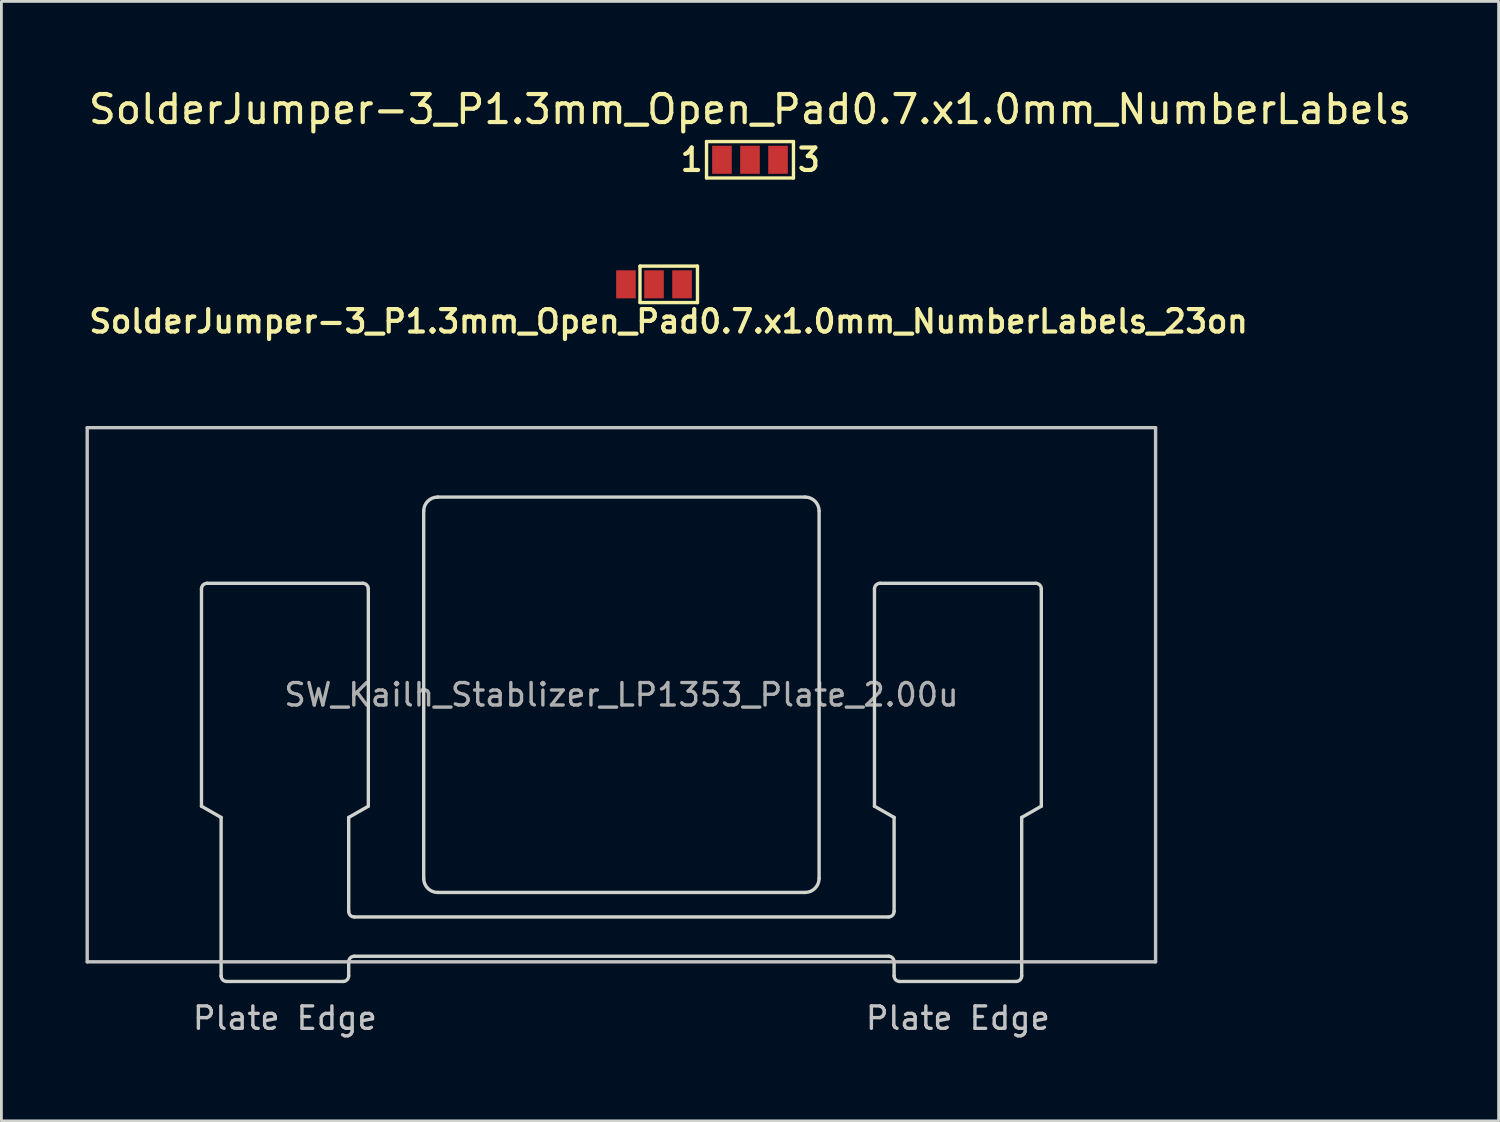
<source format=kicad_pcb>
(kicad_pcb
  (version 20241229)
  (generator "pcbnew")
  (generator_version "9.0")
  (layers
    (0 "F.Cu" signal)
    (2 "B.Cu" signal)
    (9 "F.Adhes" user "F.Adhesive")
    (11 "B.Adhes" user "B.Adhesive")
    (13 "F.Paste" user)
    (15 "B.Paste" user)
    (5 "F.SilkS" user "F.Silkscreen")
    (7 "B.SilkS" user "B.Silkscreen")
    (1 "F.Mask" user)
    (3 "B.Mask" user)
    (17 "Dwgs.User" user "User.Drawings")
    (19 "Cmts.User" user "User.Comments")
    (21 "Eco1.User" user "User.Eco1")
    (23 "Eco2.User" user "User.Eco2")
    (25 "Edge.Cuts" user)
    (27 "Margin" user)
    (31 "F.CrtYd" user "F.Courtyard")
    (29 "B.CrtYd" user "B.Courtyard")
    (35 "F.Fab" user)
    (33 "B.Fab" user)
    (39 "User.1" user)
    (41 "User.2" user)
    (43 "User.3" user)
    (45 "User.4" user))
  (footprint "SolderJumper-3_P1.3mm_Open_Pad0.7.x1.0mm_NumberLabels_23on"
    (layer "F.Cu")
    (at 20.273 7.09)
    (property "Reference" "SolderJumper-3_P1.3mm_Open_Pad0.7.x1.0mm_NumberLabels_23on" (at 0.52 1.32 180) (layer "F.SilkS") (effects (font (size 0.8 0.8) (thickness 0.15))))
    (attr exclude_from_pos_files)
    (fp_line (start -0.5 -0.65) (end 1.55 -0.65) (stroke (width 0.12) (type solid)) (layer "F.SilkS"))
    (fp_line (start -0.5 0.65) (end -0.5 -0.65) (stroke (width 0.12) (type solid)) (layer "F.SilkS"))
    (fp_line (start 1.55 -0.65) (end 1.55 0.65) (stroke (width 0.12) (type solid)) (layer "F.SilkS"))
    (fp_line (start 1.55 0.65) (end -0.5 0.65) (stroke (width 0.12) (type solid)) (layer "F.SilkS"))
    (pad "1" smd rect (at -1 0) (size 0.7 1) (layers "F.Cu" "F.Mask"))
    (pad "2" smd rect (at 0 0) (size 0.7 1) (layers "F.Cu" "F.Mask"))
    (pad "3" smd rect (at 1 0) (size 0.7 1) (layers "F.Cu" "F.Mask")))
  (footprint "SolderJumper-3_P1.3mm_Open_Pad0.7.x1.0mm_NumberLabels"
    (layer "F.Cu")
    (at 23.696 2.648)
    (property "Reference" "SolderJumper-3_P1.3mm_Open_Pad0.7.x1.0mm_NumberLabels" (at 0 -1.8 180) (layer "F.SilkS") (effects (font (size 1 1) (thickness 0.15))))
    (attr exclude_from_pos_files)
    (fp_line (start -1.55 -0.65) (end 1.55 -0.65) (stroke (width 0.12) (type solid)) (layer "F.SilkS"))
    (fp_line (start -1.55 0.65) (end -1.55 -0.65) (stroke (width 0.12) (type solid)) (layer "F.SilkS"))
    (fp_line (start 1.55 -0.65) (end 1.55 0.65) (stroke (width 0.12) (type solid)) (layer "F.SilkS"))
    (fp_line (start 1.55 0.65) (end -1.55 0.65) (stroke (width 0.12) (type solid)) (layer "F.SilkS"))
    (fp_text user "1" (at -2.08 0 180) (layer "F.SilkS") (effects (font (size 0.8 0.8) (thickness 0.15))))
    (fp_text user "3" (at 2.1 0 180) (layer "F.SilkS") (effects (font (size 0.8 0.8) (thickness 0.15))))
    (pad "1" smd rect (at -1 0) (size 0.7 1) (layers "F.Cu" "F.Mask"))
    (pad "2" smd rect (at 0 0) (size 0.7 1) (layers "F.Cu" "F.Mask"))
    (pad "3" smd rect (at 1 0) (size 0.7 1) (layers "F.Cu" "F.Mask")))
  (footprint "SW_Kailh_Stablizer_LP1353_Plate_2.00u"
    (layer "F.Cu")
    (at 19.11 21.726)
    (property "Reference" "SW_Kailh_Stablizer_LP1353_Plate_2.00u" (at 0 0 0) (layer "F.Fab") (effects (font (size 0.8 0.8) (thickness 0.12))))
    (attr smd)
    (fp_line (start -19.05 9.525) (end -19.05 -9.525) (stroke (width 0.12) (type default)) (layer "Dwgs.User"))
    (fp_line (start 19.05 -9.525) (end -19.05 -9.525) (stroke (width 0.12) (type default)) (layer "Dwgs.User"))
    (fp_line (start 19.05 9.525) (end -19.05 9.525) (stroke (width 0.12) (type default)) (layer "Dwgs.User"))
    (fp_line (start 19.05 9.525) (end 19.05 -9.525) (stroke (width 0.12) (type default)) (layer "Dwgs.User"))
    (fp_line (start -14.975 3.975) (end -14.975 -3.775) (stroke (width 0.12) (type default)) (layer "Edge.Cuts"))
    (fp_line (start -14.975 3.975) (end -14.275 4.375) (stroke (width 0.12) (type default)) (layer "Edge.Cuts"))
    (fp_line (start -14.775 -3.975) (end -9.225 -3.975) (stroke (width 0.12) (type default)) (layer "Edge.Cuts"))
    (fp_line (start -14.275 4.375) (end -14.275 10.025) (stroke (width 0.12) (type default)) (layer "Edge.Cuts"))
    (fp_line (start -14.075 10.225) (end -9.925 10.225) (stroke (width 0.12) (type default)) (layer "Edge.Cuts"))
    (fp_line (start -9.725 4.375) (end -9.725 7.725) (stroke (width 0.12) (type default)) (layer "Edge.Cuts"))
    (fp_line (start -9.725 10.025) (end -9.725 9.525) (stroke (width 0.12) (type default)) (layer "Edge.Cuts"))
    (fp_line (start -9.525 7.925) (end 9.525 7.925) (stroke (width 0.12) (type default)) (layer "Edge.Cuts"))
    (fp_line (start -9.525 9.325) (end 9.525 9.325) (stroke (width 0.12) (type default)) (layer "Edge.Cuts"))
    (fp_line (start -9.025 3.975) (end -9.725 4.375) (stroke (width 0.12) (type default)) (layer "Edge.Cuts"))
    (fp_line (start -9.025 3.975) (end -9.025 -3.775) (stroke (width 0.12) (type default)) (layer "Edge.Cuts"))
    (fp_line (start -7.05 -6.55) (end -7.05 6.55) (stroke (width 0.12) (type default)) (layer "Edge.Cuts"))
    (fp_line (start -6.55 -7.05) (end 6.55 -7.05) (stroke (width 0.12) (type default)) (layer "Edge.Cuts"))
    (fp_line (start -6.55 7.05) (end 6.55 7.05) (stroke (width 0.12) (type default)) (layer "Edge.Cuts"))
    (fp_line (start 7.05 -6.55) (end 7.05 6.55) (stroke (width 0.12) (type default)) (layer "Edge.Cuts"))
    (fp_line (start 9.025 3.975) (end 9.025 -3.775) (stroke (width 0.12) (type default)) (layer "Edge.Cuts"))
    (fp_line (start 9.025 3.975) (end 9.725 4.375) (stroke (width 0.12) (type default)) (layer "Edge.Cuts"))
    (fp_line (start 9.725 4.375) (end 9.725 7.725) (stroke (width 0.12) (type default)) (layer "Edge.Cuts"))
    (fp_line (start 9.725 10.025) (end 9.725 9.525) (stroke (width 0.12) (type default)) (layer "Edge.Cuts"))
    (fp_line (start 14.075 10.225) (end 9.925 10.225) (stroke (width 0.12) (type default)) (layer "Edge.Cuts"))
    (fp_line (start 14.275 4.375) (end 14.275 10.025) (stroke (width 0.12) (type default)) (layer "Edge.Cuts"))
    (fp_line (start 14.775 -3.975) (end 9.225 -3.975) (stroke (width 0.12) (type default)) (layer "Edge.Cuts"))
    (fp_line (start 14.975 3.975) (end 14.275 4.375) (stroke (width 0.12) (type default)) (layer "Edge.Cuts"))
    (fp_line (start 14.975 3.975) (end 14.975 -3.775) (stroke (width 0.12) (type default)) (layer "Edge.Cuts"))
    (fp_arc (start -14.975 -3.775) (mid -14.916421 -3.916421) (end -14.775 -3.975) (stroke (width 0.12) (type default)) (layer "Edge.Cuts"))
    (fp_arc (start -14.075 10.225) (mid -14.216421 10.166421) (end -14.275 10.025) (stroke (width 0.12) (type default)) (layer "Edge.Cuts"))
    (fp_arc (start -9.725 9.525) (mid -9.666421 9.383579) (end -9.525 9.325) (stroke (width 0.12) (type default)) (layer "Edge.Cuts"))
    (fp_arc (start -9.725 10.025) (mid -9.783579 10.166421) (end -9.925 10.225) (stroke (width 0.12) (type default)) (layer "Edge.Cuts"))
    (fp_arc (start -9.525 7.925) (mid -9.666421 7.866421) (end -9.725 7.725) (stroke (width 0.12) (type default)) (layer "Edge.Cuts"))
    (fp_arc (start -9.225 -3.975) (mid -9.083579 -3.916421) (end -9.025 -3.775) (stroke (width 0.12) (type default)) (layer "Edge.Cuts"))
    (fp_arc (start -7.049978 -6.549956) (mid -6.903531 -6.903509) (end -6.549978 -7.049956) (stroke (width 0.12) (type default)) (layer "Edge.Cuts"))
    (fp_arc (start -6.549978 7.05) (mid -6.903534 6.903554) (end -7.049978 6.55) (stroke (width 0.12) (type default)) (layer "Edge.Cuts"))
    (fp_arc (start 6.549978 -7.049956) (mid 6.90356 -6.903525) (end 7.049978 -6.549956) (stroke (width 0.12) (type default)) (layer "Edge.Cuts"))
    (fp_arc (start 7.049978 6.55) (mid 6.90353 6.903552) (end 6.549978 7.05) (stroke (width 0.12) (type default)) (layer "Edge.Cuts"))
    (fp_arc (start 9.025 -3.775) (mid 9.083579 -3.916421) (end 9.225 -3.975) (stroke (width 0.12) (type default)) (layer "Edge.Cuts"))
    (fp_arc (start 9.525 9.325) (mid 9.666421 9.383579) (end 9.725 9.525) (stroke (width 0.12) (type default)) (layer "Edge.Cuts"))
    (fp_arc (start 9.725 7.725) (mid 9.666421 7.866421) (end 9.525 7.925) (stroke (width 0.12) (type default)) (layer "Edge.Cuts"))
    (fp_arc (start 9.925 10.225) (mid 9.783579 10.166421) (end 9.725 10.025) (stroke (width 0.12) (type default)) (layer "Edge.Cuts"))
    (fp_arc (start 14.275 10.025) (mid 14.216421 10.166421) (end 14.075 10.225) (stroke (width 0.12) (type default)) (layer "Edge.Cuts"))
    (fp_arc (start 14.775 -3.975) (mid 14.916421 -3.916421) (end 14.975 -3.775) (stroke (width 0.12) (type default)) (layer "Edge.Cuts"))
    (fp_text user "Plate Edge" (at 12 12 0) (unlocked yes) (layer "Dwgs.User") (effects (font (size 0.8 0.8) (thickness 0.12)) (justify bottom)))
    (fp_text user "Plate Edge" (at -12 12 0) (unlocked yes) (layer "Dwgs.User") (effects (font (size 0.8 0.8) (thickness 0.12)) (justify bottom))))
  (gr_rect
    (start -3 -3)
    (end 50.393 36.923)
    (stroke (width 0.1) (type default))
    (fill no)
    (layer "Edge.Cuts")))
</source>
